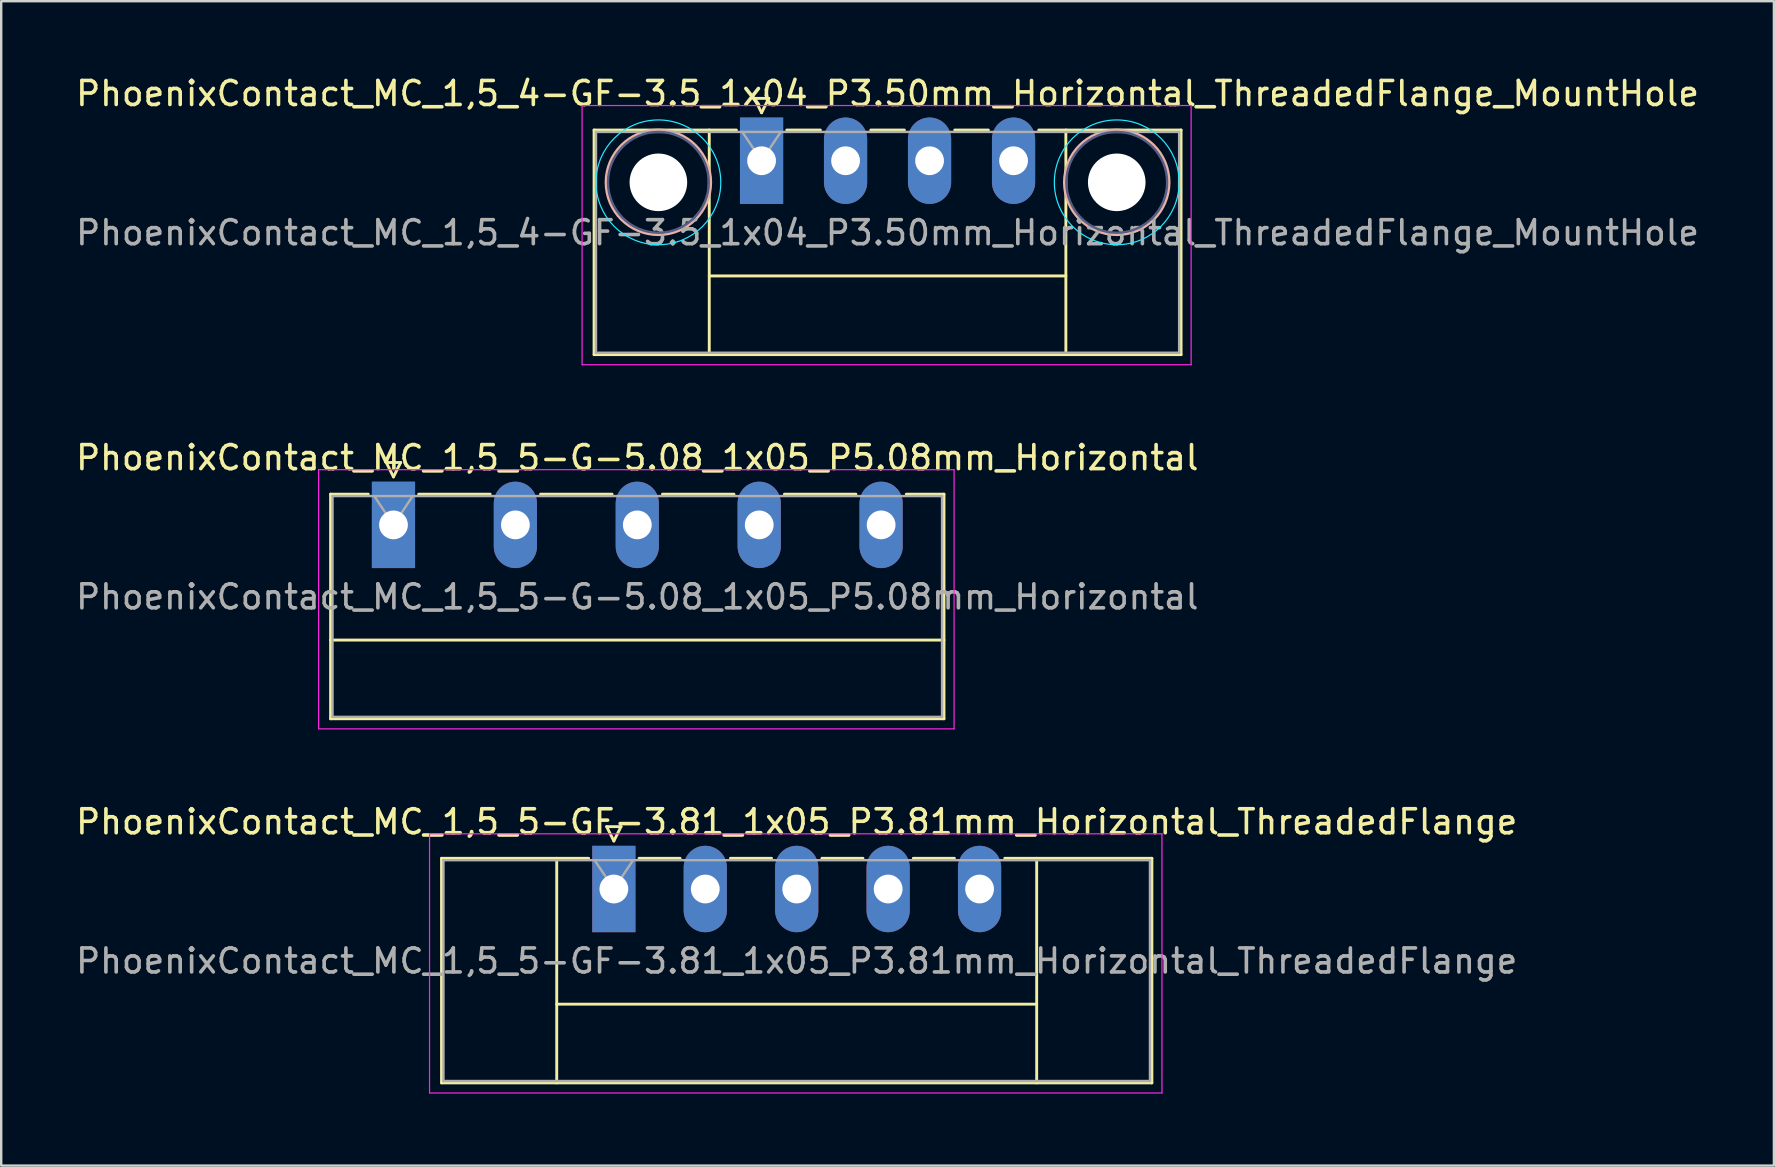
<source format=kicad_pcb>
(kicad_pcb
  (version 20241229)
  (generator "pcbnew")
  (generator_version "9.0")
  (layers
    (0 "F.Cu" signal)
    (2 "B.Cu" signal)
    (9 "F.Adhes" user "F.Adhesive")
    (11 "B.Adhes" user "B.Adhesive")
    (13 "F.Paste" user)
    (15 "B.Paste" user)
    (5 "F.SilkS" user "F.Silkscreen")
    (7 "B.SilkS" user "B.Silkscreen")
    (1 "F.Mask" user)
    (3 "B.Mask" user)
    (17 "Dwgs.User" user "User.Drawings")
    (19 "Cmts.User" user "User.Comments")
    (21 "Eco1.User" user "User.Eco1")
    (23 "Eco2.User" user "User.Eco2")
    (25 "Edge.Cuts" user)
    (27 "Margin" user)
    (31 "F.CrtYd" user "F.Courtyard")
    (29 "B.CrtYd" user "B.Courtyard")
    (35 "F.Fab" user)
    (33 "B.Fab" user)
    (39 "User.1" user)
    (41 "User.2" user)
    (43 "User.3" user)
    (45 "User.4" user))
  (footprint "PhoenixContact_MC_1,5_5-GF-3.81_1x05_P3.81mm_Horizontal_ThreadedFlange"
    (layer "F.Cu")
    (at 22.529 33.995)
    (property "Reference" "PhoenixContact_MC_1,5_5-GF-3.81_1x05_P3.81mm_Horizontal_ThreadedFlange" (at 7.62 -2.8 0) (layer "F.SilkS") (effects (font (size 1 1) (thickness 0.15))))
    (attr through_hole)
    (fp_line (start -7.18 -1.28) (end -7.18 8.08) (stroke (width 0.12) (type solid)) (layer "F.SilkS"))
    (fp_line (start -7.18 -1.28) (end -1.05 -1.28) (stroke (width 0.12) (type solid)) (layer "F.SilkS"))
    (fp_line (start -7.18 8.08) (end 22.42 8.08) (stroke (width 0.12) (type solid)) (layer "F.SilkS"))
    (fp_line (start -2.38 -1.28) (end -2.38 8.08) (stroke (width 0.12) (type solid)) (layer "F.SilkS"))
    (fp_line (start -2.38 4.8) (end 17.62 4.8) (stroke (width 0.12) (type solid)) (layer "F.SilkS"))
    (fp_line (start -0.3 -2.6) (end 0.3 -2.6) (stroke (width 0.12) (type solid)) (layer "F.SilkS"))
    (fp_line (start 0 -2) (end -0.3 -2.6) (stroke (width 0.12) (type solid)) (layer "F.SilkS"))
    (fp_line (start 0.3 -2.6) (end 0 -2) (stroke (width 0.12) (type solid)) (layer "F.SilkS"))
    (fp_line (start 1.05 -1.28) (end 2.76 -1.28) (stroke (width 0.12) (type solid)) (layer "F.SilkS"))
    (fp_line (start 4.86 -1.28) (end 6.57 -1.28) (stroke (width 0.12) (type solid)) (layer "F.SilkS"))
    (fp_line (start 8.67 -1.28) (end 10.38 -1.28) (stroke (width 0.12) (type solid)) (layer "F.SilkS"))
    (fp_line (start 12.48 -1.28) (end 14.19 -1.28) (stroke (width 0.12) (type solid)) (layer "F.SilkS"))
    (fp_line (start 17.62 -1.28) (end 17.62 8.08) (stroke (width 0.12) (type solid)) (layer "F.SilkS"))
    (fp_line (start 22.42 -1.28) (end 16.29 -1.28) (stroke (width 0.12) (type solid)) (layer "F.SilkS"))
    (fp_line (start 22.42 8.08) (end 22.42 -1.28) (stroke (width 0.12) (type solid)) (layer "F.SilkS"))
    (fp_line (start -7.68 -2.3) (end -7.68 8.5) (stroke (width 0.05) (type solid)) (layer "F.CrtYd"))
    (fp_line (start -7.68 8.5) (end 22.84 8.5) (stroke (width 0.05) (type solid)) (layer "F.CrtYd"))
    (fp_line (start 22.84 -2.3) (end -7.68 -2.3) (stroke (width 0.05) (type solid)) (layer "F.CrtYd"))
    (fp_line (start 22.84 8.5) (end 22.84 -2.3) (stroke (width 0.05) (type solid)) (layer "F.CrtYd"))
    (fp_line (start -7.1 -1.2) (end -7.1 8) (stroke (width 0.1) (type solid)) (layer "F.Fab"))
    (fp_line (start -7.1 8) (end 22.34 8) (stroke (width 0.1) (type solid)) (layer "F.Fab"))
    (fp_line (start 0 0) (end -0.8 -1.2) (stroke (width 0.1) (type solid)) (layer "F.Fab"))
    (fp_line (start 0.8 -1.2) (end 0 0) (stroke (width 0.1) (type solid)) (layer "F.Fab"))
    (fp_line (start 22.34 -1.2) (end -7.1 -1.2) (stroke (width 0.1) (type solid)) (layer "F.Fab"))
    (fp_line (start 22.34 8) (end 22.34 -1.2) (stroke (width 0.1) (type solid)) (layer "F.Fab"))
    (fp_text user "${REFERENCE}" (at 7.62 3 0) (layer "F.Fab") (effects (font (size 1 1) (thickness 0.15))))
    (pad "1" thru_hole rect (at 0 0) (size 1.8 3.6) (drill 1.2) (layers "*.Cu" "*.Mask"))
    (pad "2" thru_hole oval (at 3.81 0) (size 1.8 3.6) (drill 1.2) (layers "*.Cu" "*.Mask"))
    (pad "3" thru_hole oval (at 7.62 0) (size 1.8 3.6) (drill 1.2) (layers "*.Cu" "*.Mask"))
    (pad "4" thru_hole oval (at 11.43 0) (size 1.8 3.6) (drill 1.2) (layers "*.Cu" "*.Mask"))
    (pad "5" thru_hole oval (at 15.24 0) (size 1.8 3.6) (drill 1.2) (layers "*.Cu" "*.Mask")))
  (footprint "PhoenixContact_MC_1,5_5-G-5.08_1x05_P5.08mm_Horizontal"
    (layer "F.Cu")
    (at 13.346 18.822)
    (property "Reference" "PhoenixContact_MC_1,5_5-G-5.08_1x05_P5.08mm_Horizontal" (at 10.16 -2.8 0) (layer "F.SilkS") (effects (font (size 1 1) (thickness 0.15))))
    (attr through_hole)
    (fp_line (start -2.62 -1.28) (end -2.62 8.08) (stroke (width 0.12) (type solid)) (layer "F.SilkS"))
    (fp_line (start -2.62 -1.28) (end -1.05 -1.28) (stroke (width 0.12) (type solid)) (layer "F.SilkS"))
    (fp_line (start -2.62 4.8) (end 22.94 4.8) (stroke (width 0.12) (type solid)) (layer "F.SilkS"))
    (fp_line (start -2.62 8.08) (end 22.94 8.08) (stroke (width 0.12) (type solid)) (layer "F.SilkS"))
    (fp_line (start -0.3 -2.6) (end 0.3 -2.6) (stroke (width 0.12) (type solid)) (layer "F.SilkS"))
    (fp_line (start 0 -2) (end -0.3 -2.6) (stroke (width 0.12) (type solid)) (layer "F.SilkS"))
    (fp_line (start 0.3 -2.6) (end 0 -2) (stroke (width 0.12) (type solid)) (layer "F.SilkS"))
    (fp_line (start 1.05 -1.28) (end 4.03 -1.28) (stroke (width 0.12) (type solid)) (layer "F.SilkS"))
    (fp_line (start 6.13 -1.28) (end 9.11 -1.28) (stroke (width 0.12) (type solid)) (layer "F.SilkS"))
    (fp_line (start 11.21 -1.28) (end 14.19 -1.28) (stroke (width 0.12) (type solid)) (layer "F.SilkS"))
    (fp_line (start 16.29 -1.28) (end 19.27 -1.28) (stroke (width 0.12) (type solid)) (layer "F.SilkS"))
    (fp_line (start 22.94 -1.28) (end 21.37 -1.28) (stroke (width 0.12) (type solid)) (layer "F.SilkS"))
    (fp_line (start 22.94 8.08) (end 22.94 -1.28) (stroke (width 0.12) (type solid)) (layer "F.SilkS"))
    (fp_line (start -3.12 -2.3) (end -3.12 8.5) (stroke (width 0.05) (type solid)) (layer "F.CrtYd"))
    (fp_line (start -3.12 8.5) (end 23.36 8.5) (stroke (width 0.05) (type solid)) (layer "F.CrtYd"))
    (fp_line (start 23.36 -2.3) (end -3.12 -2.3) (stroke (width 0.05) (type solid)) (layer "F.CrtYd"))
    (fp_line (start 23.36 8.5) (end 23.36 -2.3) (stroke (width 0.05) (type solid)) (layer "F.CrtYd"))
    (fp_line (start -2.54 -1.2) (end -2.54 8) (stroke (width 0.1) (type solid)) (layer "F.Fab"))
    (fp_line (start -2.54 8) (end 22.86 8) (stroke (width 0.1) (type solid)) (layer "F.Fab"))
    (fp_line (start 0 0) (end -0.8 -1.2) (stroke (width 0.1) (type solid)) (layer "F.Fab"))
    (fp_line (start 0.8 -1.2) (end 0 0) (stroke (width 0.1) (type solid)) (layer "F.Fab"))
    (fp_line (start 22.86 -1.2) (end -2.54 -1.2) (stroke (width 0.1) (type solid)) (layer "F.Fab"))
    (fp_line (start 22.86 8) (end 22.86 -1.2) (stroke (width 0.1) (type solid)) (layer "F.Fab"))
    (fp_text user "${REFERENCE}" (at 10.16 3 0) (layer "F.Fab") (effects (font (size 1 1) (thickness 0.15))))
    (pad "1" thru_hole rect (at 0 0) (size 1.8 3.6) (drill 1.2) (layers "*.Cu" "*.Mask"))
    (pad "2" thru_hole oval (at 5.08 0) (size 1.8 3.6) (drill 1.2) (layers "*.Cu" "*.Mask"))
    (pad "3" thru_hole oval (at 10.16 0) (size 1.8 3.6) (drill 1.2) (layers "*.Cu" "*.Mask"))
    (pad "4" thru_hole oval (at 15.24 0) (size 1.8 3.6) (drill 1.2) (layers "*.Cu" "*.Mask"))
    (pad "5" thru_hole oval (at 20.32 0) (size 1.8 3.6) (drill 1.2) (layers "*.Cu" "*.Mask")))
  (footprint "PhoenixContact_MC_1,5_4-GF-3.5_1x04_P3.50mm_Horizontal_ThreadedFlange_MountHole"
    (layer "F.Cu")
    (at 28.685 3.648)
    (property "Reference" "PhoenixContact_MC_1,5_4-GF-3.5_1x04_P3.50mm_Horizontal_ThreadedFlange_MountHole" (at 5.25 -2.8 0) (layer "F.SilkS") (effects (font (size 1 1) (thickness 0.15))))
    (attr through_hole)
    (fp_line (start -6.98 -1.28) (end -6.98 8.08) (stroke (width 0.12) (type solid)) (layer "F.SilkS"))
    (fp_line (start -6.98 -1.28) (end -1.05 -1.28) (stroke (width 0.12) (type solid)) (layer "F.SilkS"))
    (fp_line (start -6.98 8.08) (end 17.48 8.08) (stroke (width 0.12) (type solid)) (layer "F.SilkS"))
    (fp_line (start -2.18 -1.28) (end -2.18 8.08) (stroke (width 0.12) (type solid)) (layer "F.SilkS"))
    (fp_line (start -2.18 4.8) (end 12.68 4.8) (stroke (width 0.12) (type solid)) (layer "F.SilkS"))
    (fp_line (start -0.3 -2.6) (end 0.3 -2.6) (stroke (width 0.12) (type solid)) (layer "F.SilkS"))
    (fp_line (start 0 -2) (end -0.3 -2.6) (stroke (width 0.12) (type solid)) (layer "F.SilkS"))
    (fp_line (start 0.3 -2.6) (end 0 -2) (stroke (width 0.12) (type solid)) (layer "F.SilkS"))
    (fp_line (start 1.05 -1.28) (end 2.45 -1.28) (stroke (width 0.12) (type solid)) (layer "F.SilkS"))
    (fp_line (start 4.55 -1.28) (end 5.95 -1.28) (stroke (width 0.12) (type solid)) (layer "F.SilkS"))
    (fp_line (start 8.05 -1.28) (end 9.45 -1.28) (stroke (width 0.12) (type solid)) (layer "F.SilkS"))
    (fp_line (start 12.68 -1.28) (end 12.68 8.08) (stroke (width 0.12) (type solid)) (layer "F.SilkS"))
    (fp_line (start 17.48 -1.28) (end 11.55 -1.28) (stroke (width 0.12) (type solid)) (layer "F.SilkS"))
    (fp_line (start 17.48 8.08) (end 17.48 -1.28) (stroke (width 0.12) (type solid)) (layer "F.SilkS"))
    (fp_circle (center -4.3 0.9) (end -2.12 0.9) (stroke (width 0.12) (type solid)) (fill no) (layer "B.SilkS"))
    (fp_circle (center 14.8 0.9) (end 16.98 0.9) (stroke (width 0.12) (type solid)) (fill no) (layer "B.SilkS"))
    (fp_circle (center -4.3 0.9) (end -1.7 0.9) (stroke (width 0.05) (type solid)) (fill no) (layer "B.CrtYd"))
    (fp_circle (center 14.8 0.9) (end 17.4 0.9) (stroke (width 0.05) (type solid)) (fill no) (layer "B.CrtYd"))
    (fp_line (start -7.48 -2.3) (end -7.48 8.5) (stroke (width 0.05) (type solid)) (layer "F.CrtYd"))
    (fp_line (start -7.48 8.5) (end 17.9 8.5) (stroke (width 0.05) (type solid)) (layer "F.CrtYd"))
    (fp_line (start 17.9 -2.3) (end -7.48 -2.3) (stroke (width 0.05) (type solid)) (layer "F.CrtYd"))
    (fp_line (start 17.9 8.5) (end 17.9 -2.3) (stroke (width 0.05) (type solid)) (layer "F.CrtYd"))
    (fp_circle (center -4.3 0.9) (end -2.2 0.9) (stroke (width 0.1) (type solid)) (fill no) (layer "B.Fab"))
    (fp_circle (center 14.8 0.9) (end 16.9 0.9) (stroke (width 0.1) (type solid)) (fill no) (layer "B.Fab"))
    (fp_line (start -6.9 -1.2) (end -6.9 8) (stroke (width 0.1) (type solid)) (layer "F.Fab"))
    (fp_line (start -6.9 8) (end 17.4 8) (stroke (width 0.1) (type solid)) (layer "F.Fab"))
    (fp_line (start 0 0) (end -0.8 -1.2) (stroke (width 0.1) (type solid)) (layer "F.Fab"))
    (fp_line (start 0.8 -1.2) (end 0 0) (stroke (width 0.1) (type solid)) (layer "F.Fab"))
    (fp_line (start 17.4 -1.2) (end -6.9 -1.2) (stroke (width 0.1) (type solid)) (layer "F.Fab"))
    (fp_line (start 17.4 8) (end 17.4 -1.2) (stroke (width 0.1) (type solid)) (layer "F.Fab"))
    (fp_text user "${REFERENCE}" (at 5.25 3 0) (layer "F.Fab") (effects (font (size 1 1) (thickness 0.15))))
    (pad "" np_thru_hole circle (at -4.3 0.9) (size 2.4 2.4) (drill 2.4) (layers "*.Cu" "*.Mask"))
    (pad "" np_thru_hole circle (at 14.8 0.9) (size 2.4 2.4) (drill 2.4) (layers "*.Cu" "*.Mask"))
    (pad "1" thru_hole rect (at 0 0) (size 1.8 3.6) (drill 1.2) (layers "*.Cu" "*.Mask"))
    (pad "2" thru_hole oval (at 3.5 0) (size 1.8 3.6) (drill 1.2) (layers "*.Cu" "*.Mask"))
    (pad "3" thru_hole oval (at 7 0) (size 1.8 3.6) (drill 1.2) (layers "*.Cu" "*.Mask"))
    (pad "4" thru_hole oval (at 10.5 0) (size 1.8 3.6) (drill 1.2) (layers "*.Cu" "*.Mask")))
  (gr_rect
    (start -3 -3)
    (end 70.869 45.52)
    (stroke (width 0.1) (type default))
    (fill no)
    (layer "Edge.Cuts")))
</source>
